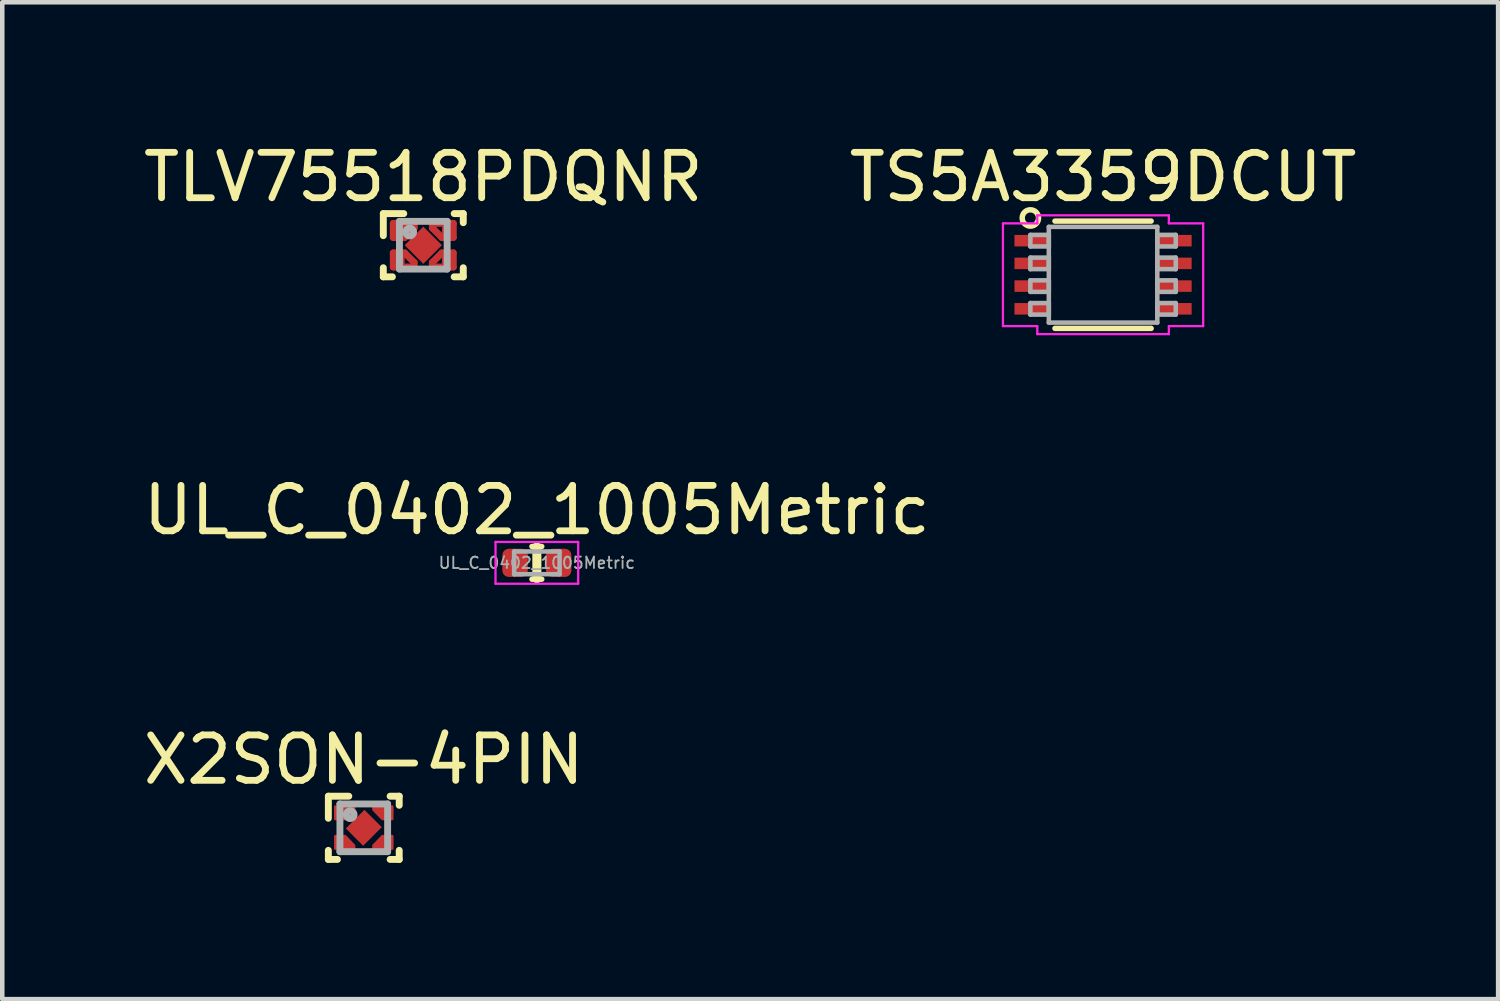
<source format=kicad_pcb>
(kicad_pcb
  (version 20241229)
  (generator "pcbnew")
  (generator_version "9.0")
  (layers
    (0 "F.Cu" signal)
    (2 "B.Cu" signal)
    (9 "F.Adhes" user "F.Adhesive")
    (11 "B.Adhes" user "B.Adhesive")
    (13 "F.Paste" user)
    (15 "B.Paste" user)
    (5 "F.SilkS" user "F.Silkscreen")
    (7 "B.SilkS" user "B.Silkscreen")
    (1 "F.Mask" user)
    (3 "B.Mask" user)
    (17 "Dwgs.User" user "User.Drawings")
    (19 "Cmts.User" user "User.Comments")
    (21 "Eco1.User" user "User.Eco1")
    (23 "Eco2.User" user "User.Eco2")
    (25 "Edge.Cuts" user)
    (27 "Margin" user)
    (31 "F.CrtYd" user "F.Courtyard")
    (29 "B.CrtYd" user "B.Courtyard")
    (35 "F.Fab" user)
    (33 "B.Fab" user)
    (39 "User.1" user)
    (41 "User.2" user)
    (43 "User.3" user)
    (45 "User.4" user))
  (footprint "TLV75518PDQNR"
    (layer "F.Cu")
    (at 6.268 2.348)
    (property "Reference" "TLV75518PDQNR" (at 0 -1.5 0) (layer "F.SilkS") (effects (font (size 1 1) (thickness 0.15))))
    (attr through_hole)
    (fp_line (start -0.66 -0.48) (end -0.2 -0.48) (stroke (width 0.152) (type solid)) (layer "F.Cu"))
    (fp_line (start -0.66 -0.17) (end -0.66 -0.48) (stroke (width 0.152) (type solid)) (layer "F.Cu"))
    (fp_line (start -0.66 0.17) (end -0.66 0.48) (stroke (width 0.152) (type solid)) (layer "F.Cu"))
    (fp_line (start -0.66 0.48) (end -0.2 0.48) (stroke (width 0.152) (type solid)) (layer "F.Cu"))
    (fp_line (start -0.409 -0.17) (end -0.66 -0.17) (stroke (width 0.152) (type solid)) (layer "F.Cu"))
    (fp_line (start -0.409 0.17) (end -0.66 0.17) (stroke (width 0.152) (type solid)) (layer "F.Cu"))
    (fp_line (start -0.2 -0.48) (end -0.2 -0.379) (stroke (width 0.152) (type solid)) (layer "F.Cu"))
    (fp_line (start -0.2 -0.379) (end -0.409 -0.17) (stroke (width 0.152) (type solid)) (layer "F.Cu"))
    (fp_line (start -0.2 0.379) (end -0.409 0.17) (stroke (width 0.152) (type solid)) (layer "F.Cu"))
    (fp_line (start -0.2 0.48) (end -0.2 0.379) (stroke (width 0.152) (type solid)) (layer "F.Cu"))
    (fp_line (start 0.2 -0.48) (end 0.2 -0.379) (stroke (width 0.152) (type solid)) (layer "F.Cu"))
    (fp_line (start 0.2 -0.379) (end 0.409 -0.17) (stroke (width 0.152) (type solid)) (layer "F.Cu"))
    (fp_line (start 0.2 0.379) (end 0.409 0.17) (stroke (width 0.152) (type solid)) (layer "F.Cu"))
    (fp_line (start 0.2 0.48) (end 0.2 0.379) (stroke (width 0.152) (type solid)) (layer "F.Cu"))
    (fp_line (start 0.409 -0.17) (end 0.66 -0.17) (stroke (width 0.152) (type solid)) (layer "F.Cu"))
    (fp_line (start 0.409 0.17) (end 0.66 0.17) (stroke (width 0.152) (type solid)) (layer "F.Cu"))
    (fp_line (start 0.66 -0.48) (end 0.2 -0.48) (stroke (width 0.152) (type solid)) (layer "F.Cu"))
    (fp_line (start 0.66 -0.17) (end 0.66 -0.48) (stroke (width 0.152) (type solid)) (layer "F.Cu"))
    (fp_line (start 0.66 0.17) (end 0.66 0.48) (stroke (width 0.152) (type solid)) (layer "F.Cu"))
    (fp_line (start 0.66 0.48) (end 0.2 0.48) (stroke (width 0.152) (type solid)) (layer "F.Cu"))
    (fp_line (start -0.61 -0.43) (end -0.25 -0.43) (stroke (width 0.152) (type solid)) (layer "F.Mask"))
    (fp_line (start -0.61 -0.22) (end -0.61 -0.43) (stroke (width 0.152) (type solid)) (layer "F.Mask"))
    (fp_line (start -0.61 0.22) (end -0.43 0.22) (stroke (width 0.152) (type solid)) (layer "F.Mask"))
    (fp_line (start -0.61 0.43) (end -0.61 0.22) (stroke (width 0.152) (type solid)) (layer "F.Mask"))
    (fp_line (start -0.43 -0.22) (end -0.61 -0.22) (stroke (width 0.152) (type solid)) (layer "F.Mask"))
    (fp_line (start -0.43 0.22) (end -0.25 0.4) (stroke (width 0.152) (type solid)) (layer "F.Mask"))
    (fp_line (start -0.25 -0.43) (end -0.25 -0.4) (stroke (width 0.152) (type solid)) (layer "F.Mask"))
    (fp_line (start -0.25 -0.4) (end -0.43 -0.22) (stroke (width 0.152) (type solid)) (layer "F.Mask"))
    (fp_line (start -0.25 0.4) (end -0.25 0.43) (stroke (width 0.152) (type solid)) (layer "F.Mask"))
    (fp_line (start -0.25 0.43) (end -0.61 0.43) (stroke (width 0.152) (type solid)) (layer "F.Mask"))
    (fp_line (start 0.25 -0.43) (end 0.61 -0.43) (stroke (width 0.152) (type solid)) (layer "F.Mask"))
    (fp_line (start 0.25 -0.4) (end 0.25 -0.43) (stroke (width 0.152) (type solid)) (layer "F.Mask"))
    (fp_line (start 0.25 0.4) (end 0.43 0.22) (stroke (width 0.152) (type solid)) (layer "F.Mask"))
    (fp_line (start 0.25 0.43) (end 0.25 0.4) (stroke (width 0.152) (type solid)) (layer "F.Mask"))
    (fp_line (start 0.43 -0.22) (end 0.25 -0.4) (stroke (width 0.152) (type solid)) (layer "F.Mask"))
    (fp_line (start 0.43 0.22) (end 0.61 0.22) (stroke (width 0.152) (type solid)) (layer "F.Mask"))
    (fp_line (start 0.61 -0.43) (end 0.61 -0.22) (stroke (width 0.152) (type solid)) (layer "F.Mask"))
    (fp_line (start 0.61 -0.22) (end 0.43 -0.22) (stroke (width 0.152) (type solid)) (layer "F.Mask"))
    (fp_line (start 0.61 0.22) (end 0.61 0.43) (stroke (width 0.152) (type solid)) (layer "F.Mask"))
    (fp_line (start 0.61 0.43) (end 0.25 0.43) (stroke (width 0.152) (type solid)) (layer "F.Mask"))
    (fp_line (start -0.88 -0.696) (end -0.43 -0.696) (stroke (width 0.152) (type solid)) (layer "F.SilkS"))
    (fp_line (start -0.88 -0.21) (end -0.88 -0.696) (stroke (width 0.152) (type solid)) (layer "F.SilkS"))
    (fp_line (start -0.88 0.696) (end -0.88 0.496) (stroke (width 0.152) (type solid)) (layer "F.SilkS"))
    (fp_line (start -0.88 0.696) (end -0.68 0.696) (stroke (width 0.152) (type solid)) (layer "F.SilkS"))
    (fp_line (start 0.68 -0.696) (end 0.88 -0.696) (stroke (width 0.152) (type solid)) (layer "F.SilkS"))
    (fp_line (start 0.68 0.696) (end 0.88 0.696) (stroke (width 0.152) (type solid)) (layer "F.SilkS"))
    (fp_line (start 0.88 -0.496) (end 0.88 -0.696) (stroke (width 0.152) (type solid)) (layer "F.SilkS"))
    (fp_line (start 0.88 0.696) (end 0.88 0.496) (stroke (width 0.152) (type solid)) (layer "F.SilkS"))
    (fp_line (start -0.65 -0.43) (end -0.25 -0.43) (stroke (width 0.152) (type solid)) (layer "F.Paste"))
    (fp_line (start -0.65 -0.22) (end -0.65 -0.43) (stroke (width 0.152) (type solid)) (layer "F.Paste"))
    (fp_line (start -0.65 0.22) (end -0.65 0.43) (stroke (width 0.152) (type solid)) (layer "F.Paste"))
    (fp_line (start -0.65 0.43) (end -0.25 0.43) (stroke (width 0.152) (type solid)) (layer "F.Paste"))
    (fp_line (start -0.43 -0.22) (end -0.65 -0.22) (stroke (width 0.152) (type solid)) (layer "F.Paste"))
    (fp_line (start -0.43 0.22) (end -0.65 0.22) (stroke (width 0.152) (type solid)) (layer "F.Paste"))
    (fp_line (start -0.25 -0.43) (end -0.25 -0.4) (stroke (width 0.152) (type solid)) (layer "F.Paste"))
    (fp_line (start -0.25 -0.4) (end -0.43 -0.22) (stroke (width 0.152) (type solid)) (layer "F.Paste"))
    (fp_line (start -0.25 0.4) (end -0.43 0.22) (stroke (width 0.152) (type solid)) (layer "F.Paste"))
    (fp_line (start -0.25 0.43) (end -0.25 0.4) (stroke (width 0.152) (type solid)) (layer "F.Paste"))
    (fp_line (start 0.25 -0.43) (end 0.25 -0.4) (stroke (width 0.152) (type solid)) (layer "F.Paste"))
    (fp_line (start 0.25 -0.4) (end 0.43 -0.22) (stroke (width 0.152) (type solid)) (layer "F.Paste"))
    (fp_line (start 0.25 0.4) (end 0.43 0.22) (stroke (width 0.152) (type solid)) (layer "F.Paste"))
    (fp_line (start 0.25 0.43) (end 0.25 0.4) (stroke (width 0.152) (type solid)) (layer "F.Paste"))
    (fp_line (start 0.43 -0.22) (end 0.65 -0.22) (stroke (width 0.152) (type solid)) (layer "F.Paste"))
    (fp_line (start 0.43 0.22) (end 0.65 0.22) (stroke (width 0.152) (type solid)) (layer "F.Paste"))
    (fp_line (start 0.65 -0.43) (end 0.25 -0.43) (stroke (width 0.152) (type solid)) (layer "F.Paste"))
    (fp_line (start 0.65 -0.22) (end 0.65 -0.43) (stroke (width 0.152) (type solid)) (layer "F.Paste"))
    (fp_line (start 0.65 0.22) (end 0.65 0.43) (stroke (width 0.152) (type solid)) (layer "F.Paste"))
    (fp_line (start 0.65 0.43) (end 0.25 0.43) (stroke (width 0.152) (type solid)) (layer "F.Paste"))
    (fp_line (start -0.525 -0.525) (end 0.525 -0.525) (stroke (width 0.152) (type solid)) (layer "F.Fab"))
    (fp_line (start -0.525 0.525) (end -0.525 -0.525) (stroke (width 0.152) (type solid)) (layer "F.Fab"))
    (fp_line (start -0.525 0.525) (end 0.525 0.525) (stroke (width 0.152) (type solid)) (layer "F.Fab"))
    (fp_line (start 0.525 0.525) (end 0.525 -0.525) (stroke (width 0.152) (type solid)) (layer "F.Fab"))
    (fp_circle (center -0.3 -0.29) (end -0.214 -0.29) (stroke (width 0.152) (type solid)) (fill no) (layer "F.Fab"))
    (pad "1" smd rect (at -0.535 -0.325) (size 0.25 0.31) (layers "F.Cu" "F.Mask" "F.Paste"))
    (pad "2" smd rect (at -0.535 0.325) (size 0.25 0.31) (layers "F.Cu" "F.Mask" "F.Paste"))
    (pad "3" smd rect (at 0.535 0.325) (size 0.25 0.31) (layers "F.Cu" "F.Mask" "F.Paste"))
    (pad "4" smd rect (at 0.535 -0.325) (size 0.25 0.31) (layers "F.Cu" "F.Mask" "F.Paste"))
    (pad "5" smd rect (at 0 0 45) (size 0.58 0.58) (layers "F.Cu" "F.Mask" "F.Paste")))
  (footprint "UL_C_0402_1005Metric"
    (layer "F.Cu")
    (at 8.768 9.34)
    (property "Reference" "UL_C_0402_1005Metric" (at 0 -1.16 0) (layer "F.SilkS") (effects (font (size 1 1) (thickness 0.15))))
    (attr smd)
    (fp_line (start -0.108 -0.36) (end 0.108 -0.36) (stroke (width 0.12) (type solid)) (layer "F.SilkS"))
    (fp_line (start -0.108 0.36) (end 0.108 0.36) (stroke (width 0.12) (type solid)) (layer "F.SilkS"))
    (fp_line (start 0 -0.35) (end 0 0.35) (stroke (width 0.2) (type solid)) (layer "F.SilkS"))
    (fp_line (start -0.91 -0.46) (end 0.91 -0.46) (stroke (width 0.05) (type solid)) (layer "F.CrtYd"))
    (fp_line (start -0.91 0.46) (end -0.91 -0.46) (stroke (width 0.05) (type solid)) (layer "F.CrtYd"))
    (fp_line (start 0.91 -0.46) (end 0.91 0.46) (stroke (width 0.05) (type solid)) (layer "F.CrtYd"))
    (fp_line (start 0.91 0.46) (end -0.91 0.46) (stroke (width 0.05) (type solid)) (layer "F.CrtYd"))
    (fp_line (start -0.5 -0.25) (end 0.5 -0.25) (stroke (width 0.1) (type solid)) (layer "F.Fab"))
    (fp_line (start -0.5 0.25) (end -0.5 -0.25) (stroke (width 0.1) (type solid)) (layer "F.Fab"))
    (fp_line (start 0.5 -0.25) (end 0.5 0.25) (stroke (width 0.1) (type solid)) (layer "F.Fab"))
    (fp_line (start 0.5 0.25) (end -0.5 0.25) (stroke (width 0.1) (type solid)) (layer "F.Fab"))
    (fp_text user "${REFERENCE}" (at 0 0 0) (layer "F.Fab") (effects (font (size 0.25 0.25) (thickness 0.04))))
    (pad "1" smd roundrect (at -0.48 0) (size 0.56 0.62) (layers "F.Cu" "F.Mask" "F.Paste") (roundrect_rratio 0.25))
    (pad "2" smd roundrect (at 0.48 0) (size 0.56 0.62) (layers "F.Cu" "F.Mask" "F.Paste") (roundrect_rratio 0.25)))
  (footprint "TS5A3359DCUT"
    (layer "F.Cu")
    (at 21.232 2.998)
    (property "Reference" "TS5A3359DCUT" (at 0 -2.15 0) (layer "F.SilkS") (effects (font (size 1 1) (thickness 0.15))))
    (attr through_hole)
    (fp_line (start -1.059 1.181) (end 1.059 1.181) (stroke (width 0.12) (type solid)) (layer "F.SilkS"))
    (fp_line (start 1.059 -1.181) (end -1.059 -1.181) (stroke (width 0.12) (type solid)) (layer "F.SilkS"))
    (fp_circle (center -1.6 -1.25) (end -1.45 -1.15) (stroke (width 0.12) (type solid)) (fill no) (layer "F.SilkS"))
    (fp_line (start -2.204 -1.131) (end -1.448 -1.131) (stroke (width 0.05) (type solid)) (layer "F.CrtYd"))
    (fp_line (start -2.204 1.131) (end -2.204 -1.131) (stroke (width 0.05) (type solid)) (layer "F.CrtYd"))
    (fp_line (start -1.448 -1.308) (end 1.448 -1.308) (stroke (width 0.05) (type solid)) (layer "F.CrtYd"))
    (fp_line (start -1.448 -1.131) (end -1.448 -1.308) (stroke (width 0.05) (type solid)) (layer "F.CrtYd"))
    (fp_line (start -1.448 1.131) (end -2.204 1.131) (stroke (width 0.05) (type solid)) (layer "F.CrtYd"))
    (fp_line (start -1.448 1.308) (end -1.448 1.131) (stroke (width 0.05) (type solid)) (layer "F.CrtYd"))
    (fp_line (start 1.448 -1.308) (end 1.448 -1.131) (stroke (width 0.05) (type solid)) (layer "F.CrtYd"))
    (fp_line (start 1.448 -1.131) (end 2.204 -1.131) (stroke (width 0.05) (type solid)) (layer "F.CrtYd"))
    (fp_line (start 1.448 1.131) (end 1.448 1.308) (stroke (width 0.05) (type solid)) (layer "F.CrtYd"))
    (fp_line (start 1.448 1.308) (end -1.448 1.308) (stroke (width 0.05) (type solid)) (layer "F.CrtYd"))
    (fp_line (start 2.204 -1.131) (end 2.204 1.131) (stroke (width 0.05) (type solid)) (layer "F.CrtYd"))
    (fp_line (start 2.204 1.131) (end 1.448 1.131) (stroke (width 0.05) (type solid)) (layer "F.CrtYd"))
    (fp_line (start -1.6 -0.877) (end -1.6 -0.623) (stroke (width 0.1) (type solid)) (layer "F.Fab"))
    (fp_line (start -1.6 -0.623) (end -1.194 -0.623) (stroke (width 0.1) (type solid)) (layer "F.Fab"))
    (fp_line (start -1.6 -0.377) (end -1.6 -0.123) (stroke (width 0.1) (type solid)) (layer "F.Fab"))
    (fp_line (start -1.6 -0.123) (end -1.194 -0.123) (stroke (width 0.1) (type solid)) (layer "F.Fab"))
    (fp_line (start -1.6 0.123) (end -1.6 0.377) (stroke (width 0.1) (type solid)) (layer "F.Fab"))
    (fp_line (start -1.6 0.377) (end -1.194 0.377) (stroke (width 0.1) (type solid)) (layer "F.Fab"))
    (fp_line (start -1.6 0.623) (end -1.6 0.877) (stroke (width 0.1) (type solid)) (layer "F.Fab"))
    (fp_line (start -1.6 0.877) (end -1.194 0.877) (stroke (width 0.1) (type solid)) (layer "F.Fab"))
    (fp_line (start -1.194 -1.054) (end -1.194 1.054) (stroke (width 0.1) (type solid)) (layer "F.Fab"))
    (fp_line (start -1.194 -0.877) (end -1.6 -0.877) (stroke (width 0.1) (type solid)) (layer "F.Fab"))
    (fp_line (start -1.194 -0.623) (end -1.194 -0.877) (stroke (width 0.1) (type solid)) (layer "F.Fab"))
    (fp_line (start -1.194 -0.377) (end -1.6 -0.377) (stroke (width 0.1) (type solid)) (layer "F.Fab"))
    (fp_line (start -1.194 -0.123) (end -1.194 -0.377) (stroke (width 0.1) (type solid)) (layer "F.Fab"))
    (fp_line (start -1.194 0.123) (end -1.6 0.123) (stroke (width 0.1) (type solid)) (layer "F.Fab"))
    (fp_line (start -1.194 0.377) (end -1.194 0.123) (stroke (width 0.1) (type solid)) (layer "F.Fab"))
    (fp_line (start -1.194 0.623) (end -1.6 0.623) (stroke (width 0.1) (type solid)) (layer "F.Fab"))
    (fp_line (start -1.194 0.877) (end -1.194 0.623) (stroke (width 0.1) (type solid)) (layer "F.Fab"))
    (fp_line (start -1.194 1.054) (end 1.194 1.054) (stroke (width 0.1) (type solid)) (layer "F.Fab"))
    (fp_line (start 1.194 -1.054) (end -1.194 -1.054) (stroke (width 0.1) (type solid)) (layer "F.Fab"))
    (fp_line (start 1.194 -0.877) (end 1.194 -0.623) (stroke (width 0.1) (type solid)) (layer "F.Fab"))
    (fp_line (start 1.194 -0.623) (end 1.6 -0.623) (stroke (width 0.1) (type solid)) (layer "F.Fab"))
    (fp_line (start 1.194 -0.377) (end 1.194 -0.123) (stroke (width 0.1) (type solid)) (layer "F.Fab"))
    (fp_line (start 1.194 -0.123) (end 1.6 -0.123) (stroke (width 0.1) (type solid)) (layer "F.Fab"))
    (fp_line (start 1.194 0.123) (end 1.194 0.377) (stroke (width 0.1) (type solid)) (layer "F.Fab"))
    (fp_line (start 1.194 0.377) (end 1.6 0.377) (stroke (width 0.1) (type solid)) (layer "F.Fab"))
    (fp_line (start 1.194 0.623) (end 1.194 0.877) (stroke (width 0.1) (type solid)) (layer "F.Fab"))
    (fp_line (start 1.194 0.877) (end 1.6 0.877) (stroke (width 0.1) (type solid)) (layer "F.Fab"))
    (fp_line (start 1.194 1.054) (end 1.194 -1.054) (stroke (width 0.1) (type solid)) (layer "F.Fab"))
    (fp_line (start 1.6 -0.877) (end 1.194 -0.877) (stroke (width 0.1) (type solid)) (layer "F.Fab"))
    (fp_line (start 1.6 -0.623) (end 1.6 -0.877) (stroke (width 0.1) (type solid)) (layer "F.Fab"))
    (fp_line (start 1.6 -0.377) (end 1.194 -0.377) (stroke (width 0.1) (type solid)) (layer "F.Fab"))
    (fp_line (start 1.6 -0.123) (end 1.6 -0.377) (stroke (width 0.1) (type solid)) (layer "F.Fab"))
    (fp_line (start 1.6 0.123) (end 1.194 0.123) (stroke (width 0.1) (type solid)) (layer "F.Fab"))
    (fp_line (start 1.6 0.377) (end 1.6 0.123) (stroke (width 0.1) (type solid)) (layer "F.Fab"))
    (fp_line (start 1.6 0.623) (end 1.194 0.623) (stroke (width 0.1) (type solid)) (layer "F.Fab"))
    (fp_line (start 1.6 0.877) (end 1.6 0.623) (stroke (width 0.1) (type solid)) (layer "F.Fab"))
    (pad "1" smd rect (at -1.572 -0.75) (size 0.756 0.254) (layers "F.Cu" "F.Mask" "F.Paste"))
    (pad "2" smd rect (at -1.572 -0.25) (size 0.756 0.254) (layers "F.Cu" "F.Mask" "F.Paste"))
    (pad "3" smd rect (at -1.572 0.25) (size 0.756 0.254) (layers "F.Cu" "F.Mask" "F.Paste"))
    (pad "4" smd rect (at -1.572 0.75) (size 0.756 0.254) (layers "F.Cu" "F.Mask" "F.Paste"))
    (pad "5" smd rect (at 1.572 0.75) (size 0.756 0.254) (layers "F.Cu" "F.Mask" "F.Paste"))
    (pad "6" smd rect (at 1.572 0.25) (size 0.756 0.254) (layers "F.Cu" "F.Mask" "F.Paste"))
    (pad "7" smd rect (at 1.572 -0.25) (size 0.756 0.254) (layers "F.Cu" "F.Mask" "F.Paste"))
    (pad "8" smd rect (at 1.572 -0.75) (size 0.756 0.254) (layers "F.Cu" "F.Mask" "F.Paste")))
  (footprint "X2SON-4PIN"
    (layer "F.Cu")
    (at 4.958 15.173)
    (property "Reference" "X2SON-4PIN" (at 0 -1.5 0) (layer "F.SilkS") (effects (font (size 1 1) (thickness 0.15))))
    (attr through_hole)
    (fp_line (start -0.78 -0.696) (end -0.33 -0.696) (stroke (width 0.152) (type solid)) (layer "F.SilkS"))
    (fp_line (start -0.78 -0.21) (end -0.78 -0.696) (stroke (width 0.152) (type solid)) (layer "F.SilkS"))
    (fp_line (start -0.78 0.696) (end -0.78 0.496) (stroke (width 0.152) (type solid)) (layer "F.SilkS"))
    (fp_line (start -0.78 0.696) (end -0.58 0.696) (stroke (width 0.152) (type solid)) (layer "F.SilkS"))
    (fp_line (start 0.58 -0.696) (end 0.78 -0.696) (stroke (width 0.152) (type solid)) (layer "F.SilkS"))
    (fp_line (start 0.58 0.696) (end 0.78 0.696) (stroke (width 0.152) (type solid)) (layer "F.SilkS"))
    (fp_line (start 0.78 -0.496) (end 0.78 -0.696) (stroke (width 0.152) (type solid)) (layer "F.SilkS"))
    (fp_line (start 0.78 0.696) (end 0.78 0.496) (stroke (width 0.152) (type solid)) (layer "F.SilkS"))
    (fp_line (start -0.525 -0.525) (end 0.525 -0.525) (stroke (width 0.152) (type solid)) (layer "F.Fab"))
    (fp_line (start -0.525 0.525) (end -0.525 -0.525) (stroke (width 0.152) (type solid)) (layer "F.Fab"))
    (fp_line (start -0.525 0.525) (end 0.525 0.525) (stroke (width 0.152) (type solid)) (layer "F.Fab"))
    (fp_line (start 0.525 0.525) (end 0.525 -0.525) (stroke (width 0.152) (type solid)) (layer "F.Fab"))
    (fp_circle (center -0.3 -0.29) (end -0.214 -0.29) (stroke (width 0.152) (type solid)) (fill no) (layer "F.Fab"))
    (pad "1" smd custom (at -0.51 -0.33) (size 0.18 0.22) (layers "F.Cu" "F.Mask" "F.Paste") (options (anchor rect)) (primitives (gr_poly (pts (xy 0.27 -0.08) (xy 0.09 0.11) (xy -0.09 0.11) (xy -0.09 -0.11) (xy 0.09 -0.11) (xy 0.27 -0.11)) (width 0) (fill yes)) (gr_poly (pts (xy 0.3 -0.07) (xy 0.1 0.14) (xy -0.12 0.14) (xy -0.12 -0.14) (xy 0.3 -0.14)) (width 0.05) (fill yes))))
    (pad "2" smd custom (at -0.51 0.32 180) (size 0.18 0.22) (layers "F.Cu" "F.Mask" "F.Paste") (options (anchor rect)) (primitives (gr_poly (pts (xy -0.27 -0.08) (xy -0.09 0.11) (xy 0.09 0.11) (xy 0.09 -0.11) (xy -0.09 -0.11) (xy -0.27 -0.11)) (width 0) (fill yes)) (gr_poly (pts (xy -0.3 -0.07) (xy -0.1 0.14) (xy 0.12 0.14) (xy 0.12 -0.14) (xy -0.3 -0.14)) (width 0.05) (fill yes))))
    (pad "3" smd custom (at 0.51 0.32 180) (size 0.18 0.22) (layers "F.Cu" "F.Mask" "F.Paste") (options (anchor rect)) (primitives (gr_poly (pts (xy 0.27 -0.08) (xy 0.09 0.11) (xy -0.09 0.11) (xy -0.09 -0.11) (xy 0.09 -0.11) (xy 0.27 -0.11)) (width 0) (fill yes)) (gr_poly (pts (xy 0.3 -0.07) (xy 0.1 0.14) (xy -0.12 0.14) (xy -0.12 -0.14) (xy 0.3 -0.14)) (width 0.05) (fill yes))))
    (pad "4" smd custom (at 0.51 -0.33) (size 0.18 0.22) (layers "F.Cu" "F.Mask" "F.Paste") (options (anchor rect)) (primitives (gr_poly (pts (xy -0.27 -0.08) (xy -0.09 0.11) (xy 0.09 0.11) (xy 0.09 -0.11) (xy -0.09 -0.11) (xy -0.27 -0.11)) (width 0) (fill yes)) (gr_poly (pts (xy -0.3 -0.07) (xy -0.1 0.14) (xy 0.12 0.14) (xy 0.12 -0.14) (xy -0.3 -0.14)) (width 0.05) (fill yes))))
    (pad "5" smd rect (at 0 0 135) (size 0.54 0.58) (layers "F.Cu" "F.Mask" "F.Paste")))
  (gr_rect
    (start -3 -3)
    (end 29.929 18.945)
    (stroke (width 0.1) (type default))
    (fill no)
    (layer "Edge.Cuts")))
</source>
